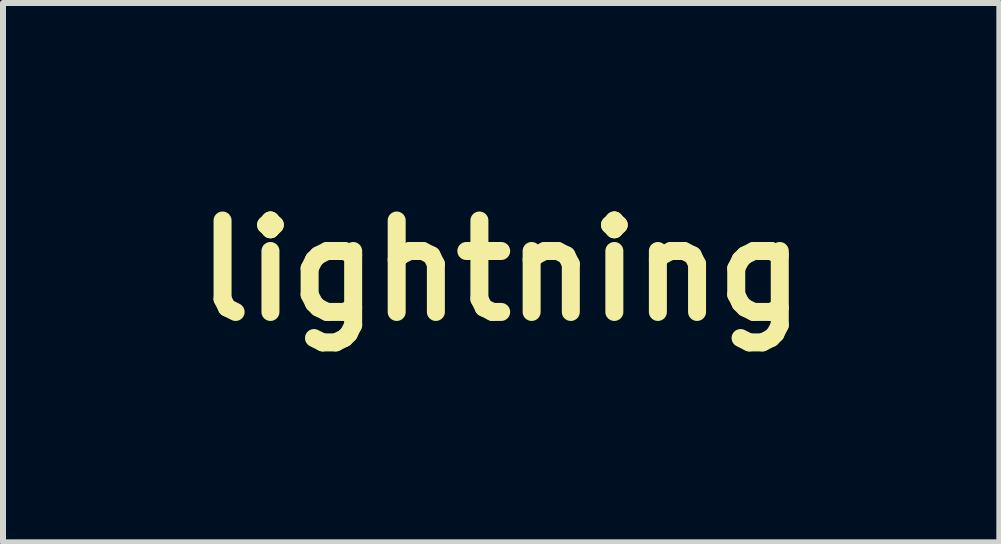
<source format=kicad_pcb>
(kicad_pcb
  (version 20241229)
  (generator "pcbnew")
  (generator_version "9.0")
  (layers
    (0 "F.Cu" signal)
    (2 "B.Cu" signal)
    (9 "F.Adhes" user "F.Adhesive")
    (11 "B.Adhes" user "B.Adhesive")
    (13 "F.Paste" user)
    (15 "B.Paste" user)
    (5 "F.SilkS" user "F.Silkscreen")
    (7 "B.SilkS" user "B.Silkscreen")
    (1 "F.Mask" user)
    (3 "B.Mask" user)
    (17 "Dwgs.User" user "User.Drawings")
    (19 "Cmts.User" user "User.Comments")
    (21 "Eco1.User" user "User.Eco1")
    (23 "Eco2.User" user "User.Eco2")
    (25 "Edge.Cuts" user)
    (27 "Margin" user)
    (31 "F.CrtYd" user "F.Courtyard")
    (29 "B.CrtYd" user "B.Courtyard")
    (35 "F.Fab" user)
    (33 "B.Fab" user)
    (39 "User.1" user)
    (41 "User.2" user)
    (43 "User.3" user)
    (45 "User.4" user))
  (footprint "lightning"
    (layer "F.Cu")
    (at 5.305 1.461)
    (property "Reference" "lightning" (at 0 0 0) (layer "F.SilkS") (effects (font (size 1.524 1.524) (thickness 0.3))))
    (attr through_hole)
    (fp_poly (pts (xy 0.431 -1.456) (xy 0.522 -1.456) (xy 0.606 -1.455) (xy 0.683 -1.455) (xy 0.75 -1.454) (xy 0.807 -1.453) (xy 0.851 -1.452) (xy 0.882 -1.451) (xy 0.899 -1.45) (xy 0.901 -1.449) (xy 0.9 -1.436) (xy 0.888 -1.41) (xy 0.867 -1.373) (xy 0.836 -1.323) (xy 0.796 -1.263) (xy 0.747 -1.192) (xy 0.69 -1.112) (xy 0.625 -1.022) (xy 0.552 -0.923) (xy 0.521 -0.881) (xy 0.451 -0.787) (xy 0.387 -0.701) (xy 0.332 -0.624) (xy 0.284 -0.557) (xy 0.244 -0.5) (xy 0.213 -0.454) (xy 0.192 -0.419) (xy 0.18 -0.397) (xy 0.178 -0.39) (xy 0.186 -0.387) (xy 0.211 -0.385) (xy 0.253 -0.383) (xy 0.31 -0.382) (xy 0.384 -0.381) (xy 0.473 -0.381) (xy 0.499 -0.381) (xy 0.582 -0.381) (xy 0.649 -0.381) (xy 0.703 -0.38) (xy 0.744 -0.379) (xy 0.775 -0.378) (xy 0.797 -0.377) (xy 0.811 -0.375) (xy 0.82 -0.372) (xy 0.824 -0.369) (xy 0.825 -0.368) (xy 0.829 -0.351) (xy 0.829 -0.333) (xy 0.824 -0.312) (xy 0.813 -0.287) (xy 0.795 -0.257) (xy 0.77 -0.221) (xy 0.738 -0.178) (xy 0.696 -0.127) (xy 0.645 -0.066) (xy 0.584 0.004) (xy 0.521 0.076) (xy 0.488 0.113) (xy 0.46 0.145) (xy 0.437 0.171) (xy 0.421 0.188) (xy 0.415 0.195) (xy 0.408 0.202) (xy 0.392 0.22) (xy 0.37 0.245) (xy 0.347 0.271) (xy 0.322 0.3) (xy 0.3 0.324) (xy 0.285 0.341) (xy 0.28 0.347) (xy 0.273 0.355) (xy 0.256 0.372) (xy 0.233 0.398) (xy 0.205 0.429) (xy 0.191 0.445) (xy 0.16 0.478) (xy 0.132 0.509) (xy 0.11 0.532) (xy 0.096 0.547) (xy 0.093 0.55) (xy 0.081 0.563) (xy 0.062 0.584) (xy 0.043 0.605) (xy 0.017 0.635) (xy -0.014 0.668) (xy -0.037 0.694) (xy -0.063 0.722) (xy -0.095 0.758) (xy -0.133 0.799) (xy -0.172 0.843) (xy -0.211 0.886) (xy -0.245 0.925) (xy -0.273 0.956) (xy -0.285 0.97) (xy -0.298 0.985) (xy -0.318 1.008) (xy -0.342 1.035) (xy -0.352 1.047) (xy -0.386 1.085) (xy -0.426 1.13) (xy -0.468 1.179) (xy -0.51 1.227) (xy -0.549 1.273) (xy -0.582 1.313) (xy -0.608 1.344) (xy -0.61 1.346) (xy -0.629 1.37) (xy -0.644 1.388) (xy -0.652 1.397) (xy -0.652 1.397) (xy -0.659 1.405) (xy -0.674 1.423) (xy -0.694 1.448) (xy -0.705 1.463) (xy -0.734 1.497) (xy -0.754 1.518) (xy -0.767 1.525) (xy -0.77 1.52) (xy -0.768 1.507) (xy -0.761 1.481) (xy -0.751 1.446) (xy -0.739 1.407) (xy -0.727 1.366) (xy -0.714 1.328) (xy -0.703 1.296) (xy -0.695 1.274) (xy -0.687 1.255) (xy -0.678 1.23) (xy -0.677 1.228) (xy -0.668 1.2) (xy -0.658 1.175) (xy -0.645 1.143) (xy -0.641 1.135) (xy -0.614 1.072) (xy -0.587 1.009) (xy -0.557 0.942) (xy -0.524 0.869) (xy -0.485 0.786) (xy -0.443 0.695) (xy -0.413 0.63) (xy -0.383 0.563) (xy -0.353 0.498) (xy -0.326 0.436) (xy -0.301 0.378) (xy -0.28 0.328) (xy -0.263 0.287) (xy -0.252 0.256) (xy -0.246 0.239) (xy -0.246 0.236) (xy -0.254 0.234) (xy -0.277 0.233) (xy -0.314 0.231) (xy -0.362 0.23) (xy -0.42 0.229) (xy -0.486 0.229) (xy -0.55 0.229) (xy -0.626 0.228) (xy -0.694 0.228) (xy -0.752 0.227) (xy -0.799 0.226) (xy -0.834 0.224) (xy -0.854 0.222) (xy -0.859 0.221) (xy -0.86 0.208) (xy -0.856 0.193) (xy -0.849 0.177) (xy -0.839 0.15) (xy -0.826 0.115) (xy -0.817 0.089) (xy -0.805 0.058) (xy -0.79 0.017) (xy -0.771 -0.033) (xy -0.75 -0.087) (xy -0.729 -0.142) (xy -0.708 -0.196) (xy -0.69 -0.244) (xy -0.674 -0.284) (xy -0.662 -0.313) (xy -0.66 -0.32) (xy -0.65 -0.344) (xy -0.645 -0.358) (xy -0.636 -0.38) (xy -0.628 -0.4) (xy -0.618 -0.424) (xy -0.61 -0.442) (xy -0.605 -0.456) (xy -0.594 -0.483) (xy -0.58 -0.519) (xy -0.563 -0.564) (xy -0.544 -0.613) (xy -0.542 -0.618) (xy -0.522 -0.668) (xy -0.504 -0.714) (xy -0.489 -0.753) (xy -0.477 -0.783) (xy -0.47 -0.799) (xy -0.47 -0.8) (xy -0.459 -0.827) (xy -0.449 -0.855) (xy -0.449 -0.855) (xy -0.435 -0.895) (xy -0.421 -0.931) (xy -0.417 -0.94) (xy -0.408 -0.963) (xy -0.398 -0.989) (xy -0.398 -0.991) (xy -0.389 -1.015) (xy -0.381 -1.036) (xy -0.381 -1.037) (xy -0.374 -1.057) (xy -0.365 -1.082) (xy -0.364 -1.084) (xy -0.355 -1.109) (xy -0.347 -1.129) (xy -0.347 -1.13) (xy -0.341 -1.146) (xy -0.331 -1.174) (xy -0.318 -1.21) (xy -0.304 -1.252) (xy -0.289 -1.295) (xy -0.275 -1.336) (xy -0.263 -1.371) (xy -0.256 -1.393) (xy -0.247 -1.419) (xy -0.238 -1.439) (xy -0.235 -1.446) (xy -0.229 -1.448) (xy -0.217 -1.45) (xy -0.196 -1.451) (xy -0.166 -1.453) (xy -0.126 -1.454) (xy -0.074 -1.455) (xy -0.01 -1.455) (xy 0.068 -1.456) (xy 0.159 -1.456) (xy 0.267 -1.456) (xy 0.335 -1.456) (xy 0.431 -1.456)) (stroke (width 0.01) (type solid)) (fill yes) (layer "F.Mask")))
  (gr_rect
    (start -3 -3)
    (end 13.61 5.991)
    (stroke (width 0.1) (type default))
    (fill no)
    (layer "Edge.Cuts")))
</source>
